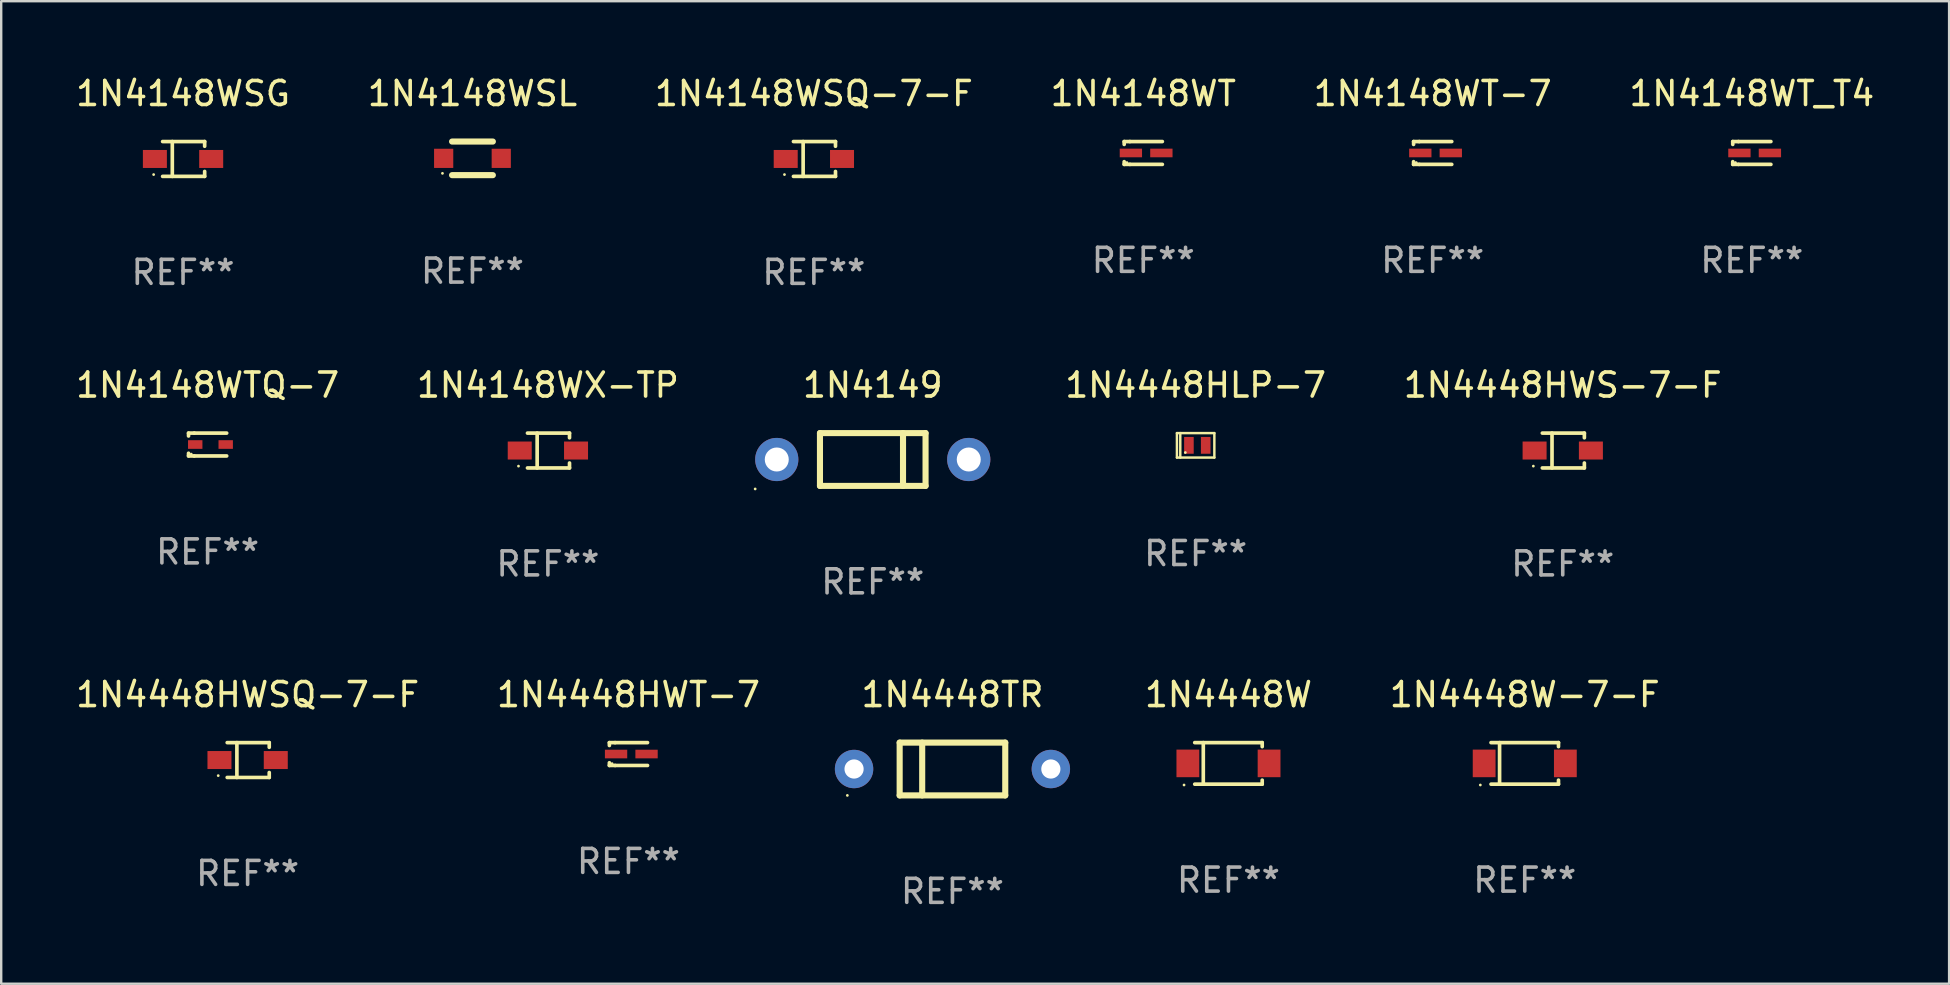
<source format=kicad_pcb>
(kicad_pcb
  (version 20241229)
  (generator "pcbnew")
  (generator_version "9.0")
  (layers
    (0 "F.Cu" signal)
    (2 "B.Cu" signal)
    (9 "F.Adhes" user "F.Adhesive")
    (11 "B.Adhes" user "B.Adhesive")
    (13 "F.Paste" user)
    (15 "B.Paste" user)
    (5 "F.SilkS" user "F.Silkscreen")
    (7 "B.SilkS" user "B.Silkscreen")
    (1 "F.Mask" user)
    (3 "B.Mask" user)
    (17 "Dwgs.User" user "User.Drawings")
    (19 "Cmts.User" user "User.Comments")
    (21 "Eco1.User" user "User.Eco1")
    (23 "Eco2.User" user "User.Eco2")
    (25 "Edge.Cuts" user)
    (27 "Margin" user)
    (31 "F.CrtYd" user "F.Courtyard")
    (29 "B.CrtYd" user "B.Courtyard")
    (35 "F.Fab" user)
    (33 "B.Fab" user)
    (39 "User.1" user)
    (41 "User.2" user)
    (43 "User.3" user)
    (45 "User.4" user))
  (footprint "1N4148WSQ-7-F"
    (layer "F.Cu")
    (at 30.863 3.574)
    (property "Reference" "1N4148WSQ-7-F" (at 0 -2.726 0) (layer "F.SilkS") (effects (font (size 1 1) (thickness 0.15))))
    (attr through_hole)
    (fp_line (start -0.851 -0.726) (end 0.901 -0.726) (stroke (width 0.152) (type solid)) (layer "F.SilkS"))
    (fp_line (start -0.851 0.726) (end 0.901 0.726) (stroke (width 0.152) (type solid)) (layer "F.SilkS"))
    (fp_line (start -0.447 -0.726) (end -0.447 0.726) (stroke (width 0.152) (type solid)) (layer "F.SilkS"))
    (fp_line (start 0.901 -0.726) (end 0.901 -0.53) (stroke (width 0.152) (type solid)) (layer "F.SilkS"))
    (fp_line (start 0.901 0.726) (end 0.901 0.52) (stroke (width 0.152) (type solid)) (layer "F.SilkS"))
    (fp_circle (center -1.225 0.65) (end -1.195 0.65) (stroke (width 0.06) (type solid)) (fill no) (layer "F.SilkS"))
    (fp_text user "REF**" (at 0 4.726 0) (layer "F.Fab") (effects (font (size 1 1) (thickness 0.15))))
    (pad "1" smd rect (at -1.173 0) (size 1 0.75) (layers "F.Cu" "F.Mask" "F.Paste"))
    (pad "2" smd rect (at 1.173 0) (size 1 0.75) (layers "F.Cu" "F.Mask" "F.Paste")))
  (footprint "1N4148WX-TP"
    (layer "F.Cu")
    (at 19.78 15.723)
    (property "Reference" "1N4148WX-TP" (at 0 -2.726 0) (layer "F.SilkS") (effects (font (size 1 1) (thickness 0.15))))
    (attr through_hole)
    (fp_line (start -0.851 -0.726) (end 0.901 -0.726) (stroke (width 0.152) (type solid)) (layer "F.SilkS"))
    (fp_line (start -0.851 0.726) (end 0.901 0.726) (stroke (width 0.152) (type solid)) (layer "F.SilkS"))
    (fp_line (start -0.447 -0.726) (end -0.447 0.726) (stroke (width 0.152) (type solid)) (layer "F.SilkS"))
    (fp_line (start 0.901 -0.726) (end 0.901 -0.53) (stroke (width 0.152) (type solid)) (layer "F.SilkS"))
    (fp_line (start 0.901 0.726) (end 0.901 0.52) (stroke (width 0.152) (type solid)) (layer "F.SilkS"))
    (fp_circle (center -1.225 0.65) (end -1.195 0.65) (stroke (width 0.06) (type solid)) (fill no) (layer "F.SilkS"))
    (fp_text user "REF**" (at 0 4.726 0) (layer "F.Fab") (effects (font (size 1 1) (thickness 0.15))))
    (pad "1" smd rect (at -1.173 0) (size 1 0.75) (layers "F.Cu" "F.Mask" "F.Paste"))
    (pad "2" smd rect (at 1.173 0) (size 1 0.75) (layers "F.Cu" "F.Mask" "F.Paste")))
  (footprint "1N4148WSL"
    (layer "F.Cu")
    (at 16.637 3.548)
    (property "Reference" "1N4148WSL" (at 0 -2.7 0) (layer "F.SilkS") (effects (font (size 1 1) (thickness 0.15))))
    (attr through_hole)
    (fp_line (start -0.85 -0.7) (end 0.85 -0.7) (stroke (width 0.254) (type solid)) (layer "F.SilkS"))
    (fp_line (start -0.85 0.7) (end 0.85 0.7) (stroke (width 0.254) (type solid)) (layer "F.SilkS"))
    (fp_circle (center -1.25 0.625) (end -1.22 0.625) (stroke (width 0.06) (type solid)) (fill no) (layer "F.SilkS"))
    (fp_text user "REF**" (at 0 4.7 0) (layer "F.Fab") (effects (font (size 1 1) (thickness 0.15))))
    (pad "1" smd rect (at -1.2 0) (size 0.8 0.8) (layers "F.Cu" "F.Mask" "F.Paste"))
    (pad "2" smd rect (at 1.2 0) (size 0.8 0.8) (layers "F.Cu" "F.Mask" "F.Paste")))
  (footprint "1N4448HWSQ-7-F"
    (layer "F.Cu")
    (at 7.268 28.62)
    (property "Reference" "1N4448HWSQ-7-F" (at 0 -2.726 0) (layer "F.SilkS") (effects (font (size 1 1) (thickness 0.15))))
    (attr through_hole)
    (fp_line (start -0.851 -0.726) (end 0.901 -0.726) (stroke (width 0.152) (type solid)) (layer "F.SilkS"))
    (fp_line (start -0.851 0.726) (end 0.901 0.726) (stroke (width 0.152) (type solid)) (layer "F.SilkS"))
    (fp_line (start -0.447 -0.726) (end -0.447 0.726) (stroke (width 0.152) (type solid)) (layer "F.SilkS"))
    (fp_line (start 0.901 -0.726) (end 0.901 -0.53) (stroke (width 0.152) (type solid)) (layer "F.SilkS"))
    (fp_line (start 0.901 0.726) (end 0.901 0.52) (stroke (width 0.152) (type solid)) (layer "F.SilkS"))
    (fp_circle (center -1.225 0.65) (end -1.195 0.65) (stroke (width 0.06) (type solid)) (fill no) (layer "F.SilkS"))
    (fp_text user "REF**" (at 0 4.726 0) (layer "F.Fab") (effects (font (size 1 1) (thickness 0.15))))
    (pad "1" smd rect (at -1.173 0) (size 1 0.75) (layers "F.Cu" "F.Mask" "F.Paste"))
    (pad "2" smd rect (at 1.173 0) (size 1 0.75) (layers "F.Cu" "F.Mask" "F.Paste")))
  (footprint "1N4149"
    (layer "F.Cu")
    (at 33.317 16.097)
    (property "Reference" "1N4149" (at 0 -3.1 0) (layer "F.SilkS") (effects (font (size 1 1) (thickness 0.15))))
    (attr through_hole)
    (fp_line (start -2.2 1.1) (end -2.2 -1.1) (stroke (width 0.254) (type solid)) (layer "F.SilkS"))
    (fp_line (start 1.261 1.1) (end 1.261 -1.1) (stroke (width 0.254) (type solid)) (layer "F.SilkS"))
    (fp_line (start 2.2 -1.1) (end -2.2 -1.1) (stroke (width 0.254) (type solid)) (layer "F.SilkS"))
    (fp_line (start 2.2 1.1) (end -2.2 1.1) (stroke (width 0.254) (type solid)) (layer "F.SilkS"))
    (fp_line (start 2.2 1.1) (end 2.2 -1.1) (stroke (width 0.254) (type solid)) (layer "F.SilkS"))
    (fp_circle (center -4.9 1.227) (end -4.87 1.227) (stroke (width 0.06) (type solid)) (fill no) (layer "F.SilkS"))
    (fp_text user "REF**" (at 0 5.1 0) (layer "F.Fab") (effects (font (size 1 1) (thickness 0.15))))
    (pad "1" thru_hole circle (at -4 0) (size 1.8 1.8) (drill 1) (layers "*.Cu" "*.Mask"))
    (pad "2" thru_hole circle (at 4 0) (size 1.8 1.8) (drill 1) (layers "*.Cu" "*.Mask")))
  (footprint "1N4148WT_T4"
    (layer "F.Cu")
    (at 69.946 3.324)
    (property "Reference" "1N4148WT_T4" (at 0 -2.476 0) (layer "F.SilkS") (effects (font (size 1 1) (thickness 0.15))))
    (attr through_hole)
    (fp_line (start -0.795 -0.476) (end -0.795 -0.356) (stroke (width 0.152) (type solid)) (layer "F.SilkS"))
    (fp_line (start -0.795 0.363) (end -0.795 0.476) (stroke (width 0.152) (type solid)) (layer "F.SilkS"))
    (fp_line (start -0.795 0.476) (end -0.557 0.476) (stroke (width 0.152) (type solid)) (layer "F.SilkS"))
    (fp_line (start -0.557 -0.476) (end -0.795 -0.476) (stroke (width 0.152) (type solid)) (layer "F.SilkS"))
    (fp_line (start -0.557 -0.476) (end 0.795 -0.476) (stroke (width 0.152) (type solid)) (layer "F.SilkS"))
    (fp_line (start -0.557 0.476) (end 0.795 0.476) (stroke (width 0.152) (type solid)) (layer "F.SilkS"))
    (fp_circle (center -0.681 0.4) (end -0.651 0.4) (stroke (width 0.06) (type solid)) (fill no) (layer "F.SilkS"))
    (fp_text user "REF**" (at 0 4.476 0) (layer "F.Fab") (effects (font (size 1 1) (thickness 0.15))))
    (pad "1" smd rect (at -0.516 0 180) (size 0.93 0.36) (layers "F.Cu" "F.Mask" "F.Paste"))
    (pad "2" smd rect (at 0.754 0 180) (size 0.93 0.36) (layers "F.Cu" "F.Mask" "F.Paste")))
  (footprint "1N4448W"
    (layer "F.Cu")
    (at 48.139 28.76)
    (property "Reference" "1N4448W" (at 0 -2.866 0) (layer "F.SilkS") (effects (font (size 1 1) (thickness 0.15))))
    (attr through_hole)
    (fp_line (start -1.406 -0.866) (end 1.406 -0.866) (stroke (width 0.152) (type solid)) (layer "F.SilkS"))
    (fp_line (start -1.406 0.866) (end 1.406 0.866) (stroke (width 0.152) (type solid)) (layer "F.SilkS"))
    (fp_line (start -1.049 -0.866) (end -1.049 0.866) (stroke (width 0.152) (type solid)) (layer "F.SilkS"))
    (fp_line (start 1.406 -0.866) (end 1.406 -0.698) (stroke (width 0.152) (type solid)) (layer "F.SilkS"))
    (fp_line (start 1.406 0.866) (end 1.406 0.698) (stroke (width 0.152) (type solid)) (layer "F.SilkS"))
    (fp_circle (center -1.851 0.9) (end -1.821 0.9) (stroke (width 0.06) (type solid)) (fill no) (layer "F.SilkS"))
    (fp_text user "REF**" (at 0 4.866 0) (layer "F.Fab") (effects (font (size 1 1) (thickness 0.15))))
    (pad "1" smd rect (at -1.692 0) (size 0.95 1.15) (layers "F.Cu" "F.Mask" "F.Paste"))
    (pad "2" smd rect (at 1.692 0) (size 0.95 1.15) (layers "F.Cu" "F.Mask" "F.Paste")))
  (footprint "1N4148WTQ-7"
    (layer "F.Cu")
    (at 5.601 15.473)
    (property "Reference" "1N4148WTQ-7" (at 0 -2.476 0) (layer "F.SilkS") (effects (font (size 1 1) (thickness 0.15))))
    (attr through_hole)
    (fp_line (start -0.795 -0.476) (end -0.795 -0.356) (stroke (width 0.152) (type solid)) (layer "F.SilkS"))
    (fp_line (start -0.795 0.363) (end -0.795 0.476) (stroke (width 0.152) (type solid)) (layer "F.SilkS"))
    (fp_line (start -0.795 0.476) (end -0.557 0.476) (stroke (width 0.152) (type solid)) (layer "F.SilkS"))
    (fp_line (start -0.557 -0.476) (end -0.795 -0.476) (stroke (width 0.152) (type solid)) (layer "F.SilkS"))
    (fp_line (start -0.557 -0.476) (end 0.795 -0.476) (stroke (width 0.152) (type solid)) (layer "F.SilkS"))
    (fp_line (start -0.557 0.476) (end 0.795 0.476) (stroke (width 0.152) (type solid)) (layer "F.SilkS"))
    (fp_circle (center -0.681 0.4) (end -0.651 0.4) (stroke (width 0.06) (type solid)) (fill no) (layer "F.SilkS"))
    (fp_text user "REF**" (at 0 4.476 0) (layer "F.Fab") (effects (font (size 1 1) (thickness 0.15))))
    (pad "1" smd rect (at -0.516 -0.000051 180) (size 0.6 0.36) (layers "F.Cu" "F.Mask" "F.Paste"))
    (pad "2" smd rect (at 0.754 -0.000051 180) (size 0.6 0.36) (layers "F.Cu" "F.Mask" "F.Paste")))
  (footprint "1N4448W-7-F"
    (layer "F.Cu")
    (at 60.485 28.76)
    (property "Reference" "1N4448W-7-F" (at 0 -2.866 0) (layer "F.SilkS") (effects (font (size 1 1) (thickness 0.15))))
    (attr through_hole)
    (fp_line (start -1.406 -0.866) (end 1.406 -0.866) (stroke (width 0.152) (type solid)) (layer "F.SilkS"))
    (fp_line (start -1.406 0.866) (end 1.406 0.866) (stroke (width 0.152) (type solid)) (layer "F.SilkS"))
    (fp_line (start -1.049 -0.866) (end -1.049 0.866) (stroke (width 0.152) (type solid)) (layer "F.SilkS"))
    (fp_line (start 1.406 -0.866) (end 1.406 -0.698) (stroke (width 0.152) (type solid)) (layer "F.SilkS"))
    (fp_line (start 1.406 0.866) (end 1.406 0.698) (stroke (width 0.152) (type solid)) (layer "F.SilkS"))
    (fp_circle (center -1.851 0.9) (end -1.821 0.9) (stroke (width 0.06) (type solid)) (fill no) (layer "F.SilkS"))
    (fp_text user "REF**" (at 0 4.866 0) (layer "F.Fab") (effects (font (size 1 1) (thickness 0.15))))
    (pad "1" smd rect (at -1.692 0) (size 0.95 1.15) (layers "F.Cu" "F.Mask" "F.Paste"))
    (pad "2" smd rect (at 1.692 0) (size 0.95 1.15) (layers "F.Cu" "F.Mask" "F.Paste")))
  (footprint "1N4448HWS-7-F"
    (layer "F.Cu")
    (at 62.068 15.723)
    (property "Reference" "1N4448HWS-7-F" (at 0 -2.726 0) (layer "F.SilkS") (effects (font (size 1 1) (thickness 0.15))))
    (attr through_hole)
    (fp_line (start -0.851 -0.726) (end 0.901 -0.726) (stroke (width 0.152) (type solid)) (layer "F.SilkS"))
    (fp_line (start -0.851 0.726) (end 0.901 0.726) (stroke (width 0.152) (type solid)) (layer "F.SilkS"))
    (fp_line (start -0.447 -0.726) (end -0.447 0.726) (stroke (width 0.152) (type solid)) (layer "F.SilkS"))
    (fp_line (start 0.901 -0.726) (end 0.901 -0.53) (stroke (width 0.152) (type solid)) (layer "F.SilkS"))
    (fp_line (start 0.901 0.726) (end 0.901 0.52) (stroke (width 0.152) (type solid)) (layer "F.SilkS"))
    (fp_circle (center -1.225 0.65) (end -1.195 0.65) (stroke (width 0.06) (type solid)) (fill no) (layer "F.SilkS"))
    (fp_text user "REF**" (at 0 4.726 0) (layer "F.Fab") (effects (font (size 1 1) (thickness 0.15))))
    (pad "1" smd rect (at -1.173 0) (size 1 0.75) (layers "F.Cu" "F.Mask" "F.Paste"))
    (pad "2" smd rect (at 1.173 0) (size 1 0.75) (layers "F.Cu" "F.Mask" "F.Paste")))
  (footprint "1N4448HLP-7"
    (layer "F.Cu")
    (at 46.771 15.507)
    (property "Reference" "1N4448HLP-7" (at 0 -2.51 0) (layer "F.SilkS") (effects (font (size 1 1) (thickness 0.15))))
    (attr through_hole)
    (fp_line (start -0.78 -0.51) (end -0.78 0.51) (stroke (width 0.102) (type solid)) (layer "F.SilkS"))
    (fp_line (start -0.78 -0.51) (end 0.78 -0.51) (stroke (width 0.102) (type solid)) (layer "F.SilkS"))
    (fp_line (start -0.78 0.51) (end 0.78 0.51) (stroke (width 0.102) (type solid)) (layer "F.SilkS"))
    (fp_line (start -0.64 -0.51) (end -0.64 0.51) (stroke (width 0.102) (type solid)) (layer "F.SilkS"))
    (fp_line (start 0.78 -0.51) (end 0.78 0.51) (stroke (width 0.102) (type solid)) (layer "F.SilkS"))
    (fp_circle (center -0.43 0.3) (end -0.4 0.3) (stroke (width 0.06) (type solid)) (fill no) (layer "F.SilkS"))
    (fp_text user "REF**" (at 0 4.51 0) (layer "F.Fab") (effects (font (size 1 1) (thickness 0.15))))
    (pad "1" smd rect (at -0.28 0) (size 0.4 0.7) (layers "F.Cu" "F.Mask" "F.Paste"))
    (pad "2" smd rect (at 0.42 0) (size 0.4 0.7) (layers "F.Cu" "F.Mask" "F.Paste")))
  (footprint "1N4148WT-7"
    (layer "F.Cu")
    (at 56.649 3.324)
    (property "Reference" "1N4148WT-7" (at 0 -2.476 0) (layer "F.SilkS") (effects (font (size 1 1) (thickness 0.15))))
    (attr through_hole)
    (fp_line (start -0.795 -0.476) (end -0.795 -0.356) (stroke (width 0.152) (type solid)) (layer "F.SilkS"))
    (fp_line (start -0.795 0.363) (end -0.795 0.476) (stroke (width 0.152) (type solid)) (layer "F.SilkS"))
    (fp_line (start -0.795 0.476) (end -0.557 0.476) (stroke (width 0.152) (type solid)) (layer "F.SilkS"))
    (fp_line (start -0.557 -0.476) (end -0.795 -0.476) (stroke (width 0.152) (type solid)) (layer "F.SilkS"))
    (fp_line (start -0.557 -0.476) (end 0.795 -0.476) (stroke (width 0.152) (type solid)) (layer "F.SilkS"))
    (fp_line (start -0.557 0.476) (end 0.795 0.476) (stroke (width 0.152) (type solid)) (layer "F.SilkS"))
    (fp_circle (center -0.681 0.4) (end -0.651 0.4) (stroke (width 0.06) (type solid)) (fill no) (layer "F.SilkS"))
    (fp_text user "REF**" (at 0 4.476 0) (layer "F.Fab") (effects (font (size 1 1) (thickness 0.15))))
    (pad "1" smd rect (at -0.516 0 180) (size 0.93 0.36) (layers "F.Cu" "F.Mask" "F.Paste"))
    (pad "2" smd rect (at 0.754 0 180) (size 0.93 0.36) (layers "F.Cu" "F.Mask" "F.Paste")))
  (footprint "1N4448TR"
    (layer "F.Cu")
    (at 36.638 28.994)
    (property "Reference" "1N4448TR" (at 0 -3.1 0) (layer "F.SilkS") (effects (font (size 1 1) (thickness 0.15))))
    (attr through_hole)
    (fp_line (start -2.2 -1.1) (end -2.2 1.1) (stroke (width 0.254) (type solid)) (layer "F.SilkS"))
    (fp_line (start -2.2 -1.1) (end 2.2 -1.1) (stroke (width 0.254) (type solid)) (layer "F.SilkS"))
    (fp_line (start -2.2 1.1) (end 2.2 1.1) (stroke (width 0.254) (type solid)) (layer "F.SilkS"))
    (fp_line (start -1.261 -1.1) (end -1.261 1.1) (stroke (width 0.254) (type solid)) (layer "F.SilkS"))
    (fp_line (start 2.2 -1.1) (end 2.2 1.1) (stroke (width 0.254) (type solid)) (layer "F.SilkS"))
    (fp_circle (center -4.38 1.1) (end -4.35 1.1) (stroke (width 0.06) (type solid)) (fill no) (layer "F.SilkS"))
    (fp_text user "REF**" (at 0 5.1 0) (layer "F.Fab") (effects (font (size 1 1) (thickness 0.15))))
    (pad "1" thru_hole circle (at -4.1 0) (size 1.6 1.6) (drill 0.8) (layers "*.Cu" "*.Mask"))
    (pad "2" thru_hole circle (at 4.1 0) (size 1.6 1.6) (drill 0.8) (layers "*.Cu" "*.Mask")))
  (footprint "1N4148WT"
    (layer "F.Cu")
    (at 44.589 3.324)
    (property "Reference" "1N4148WT" (at 0 -2.476 0) (layer "F.SilkS") (effects (font (size 1 1) (thickness 0.15))))
    (attr through_hole)
    (fp_line (start -0.795 -0.476) (end -0.795 -0.356) (stroke (width 0.152) (type solid)) (layer "F.SilkS"))
    (fp_line (start -0.795 0.363) (end -0.795 0.476) (stroke (width 0.152) (type solid)) (layer "F.SilkS"))
    (fp_line (start -0.795 0.476) (end -0.557 0.476) (stroke (width 0.152) (type solid)) (layer "F.SilkS"))
    (fp_line (start -0.557 -0.476) (end -0.795 -0.476) (stroke (width 0.152) (type solid)) (layer "F.SilkS"))
    (fp_line (start -0.557 -0.476) (end 0.795 -0.476) (stroke (width 0.152) (type solid)) (layer "F.SilkS"))
    (fp_line (start -0.557 0.476) (end 0.795 0.476) (stroke (width 0.152) (type solid)) (layer "F.SilkS"))
    (fp_circle (center -0.681 0.4) (end -0.651 0.4) (stroke (width 0.06) (type solid)) (fill no) (layer "F.SilkS"))
    (fp_text user "REF**" (at 0 4.476 0) (layer "F.Fab") (effects (font (size 1 1) (thickness 0.15))))
    (pad "1" smd rect (at -0.516 0 180) (size 0.93 0.36) (layers "F.Cu" "F.Mask" "F.Paste"))
    (pad "2" smd rect (at 0.754 0 180) (size 0.93 0.36) (layers "F.Cu" "F.Mask" "F.Paste")))
  (footprint "1N4148WSG"
    (layer "F.Cu")
    (at 4.577 3.574)
    (property "Reference" "1N4148WSG" (at 0 -2.726 0) (layer "F.SilkS") (effects (font (size 1 1) (thickness 0.15))))
    (attr through_hole)
    (fp_line (start -0.851 -0.726) (end 0.901 -0.726) (stroke (width 0.152) (type solid)) (layer "F.SilkS"))
    (fp_line (start -0.851 0.726) (end 0.901 0.726) (stroke (width 0.152) (type solid)) (layer "F.SilkS"))
    (fp_line (start -0.447 -0.726) (end -0.447 0.726) (stroke (width 0.152) (type solid)) (layer "F.SilkS"))
    (fp_line (start 0.901 -0.726) (end 0.901 -0.53) (stroke (width 0.152) (type solid)) (layer "F.SilkS"))
    (fp_line (start 0.901 0.726) (end 0.901 0.52) (stroke (width 0.152) (type solid)) (layer "F.SilkS"))
    (fp_circle (center -1.225 0.65) (end -1.195 0.65) (stroke (width 0.06) (type solid)) (fill no) (layer "F.SilkS"))
    (fp_text user "REF**" (at 0 4.726 0) (layer "F.Fab") (effects (font (size 1 1) (thickness 0.15))))
    (pad "1" smd rect (at -1.173 0) (size 1 0.75) (layers "F.Cu" "F.Mask" "F.Paste"))
    (pad "2" smd rect (at 1.173 0) (size 1 0.75) (layers "F.Cu" "F.Mask" "F.Paste")))
  (footprint "1N4448HWT-7"
    (layer "F.Cu")
    (at 23.137 28.37)
    (property "Reference" "1N4448HWT-7" (at 0 -2.476 0) (layer "F.SilkS") (effects (font (size 1 1) (thickness 0.15))))
    (attr through_hole)
    (fp_line (start -0.795 -0.476) (end -0.795 -0.356) (stroke (width 0.152) (type solid)) (layer "F.SilkS"))
    (fp_line (start -0.795 0.363) (end -0.795 0.476) (stroke (width 0.152) (type solid)) (layer "F.SilkS"))
    (fp_line (start -0.795 0.476) (end -0.557 0.476) (stroke (width 0.152) (type solid)) (layer "F.SilkS"))
    (fp_line (start -0.557 -0.476) (end -0.795 -0.476) (stroke (width 0.152) (type solid)) (layer "F.SilkS"))
    (fp_line (start -0.557 -0.476) (end 0.795 -0.476) (stroke (width 0.152) (type solid)) (layer "F.SilkS"))
    (fp_line (start -0.557 0.476) (end 0.795 0.476) (stroke (width 0.152) (type solid)) (layer "F.SilkS"))
    (fp_circle (center -0.681 0.4) (end -0.651 0.4) (stroke (width 0.06) (type solid)) (fill no) (layer "F.SilkS"))
    (fp_text user "REF**" (at 0 4.476 0) (layer "F.Fab") (effects (font (size 1 1) (thickness 0.15))))
    (pad "1" smd rect (at -0.516 0 180) (size 0.93 0.36) (layers "F.Cu" "F.Mask" "F.Paste"))
    (pad "2" smd rect (at 0.754 0 180) (size 0.93 0.36) (layers "F.Cu" "F.Mask" "F.Paste")))
  (gr_rect
    (start -3 -3)
    (end 78.167 37.942)
    (stroke (width 0.1) (type default))
    (fill no)
    (layer "Edge.Cuts")))
</source>
